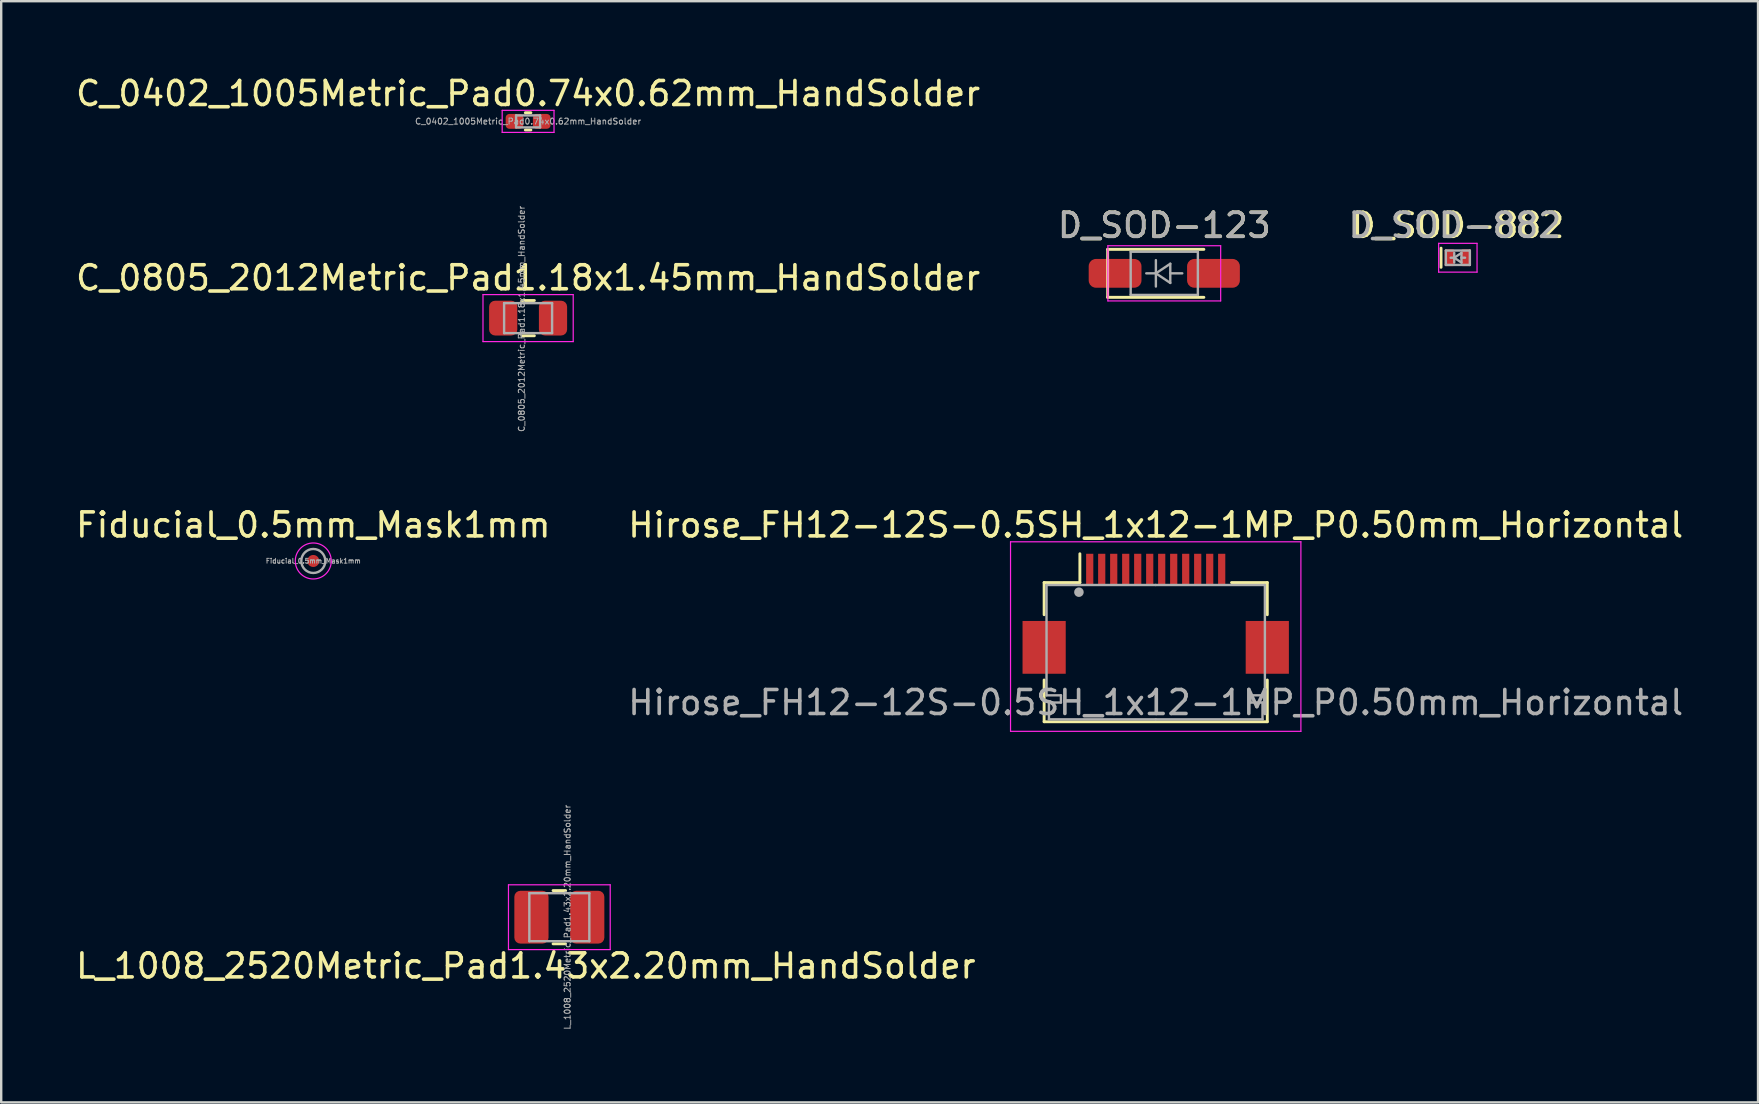
<source format=kicad_pcb>
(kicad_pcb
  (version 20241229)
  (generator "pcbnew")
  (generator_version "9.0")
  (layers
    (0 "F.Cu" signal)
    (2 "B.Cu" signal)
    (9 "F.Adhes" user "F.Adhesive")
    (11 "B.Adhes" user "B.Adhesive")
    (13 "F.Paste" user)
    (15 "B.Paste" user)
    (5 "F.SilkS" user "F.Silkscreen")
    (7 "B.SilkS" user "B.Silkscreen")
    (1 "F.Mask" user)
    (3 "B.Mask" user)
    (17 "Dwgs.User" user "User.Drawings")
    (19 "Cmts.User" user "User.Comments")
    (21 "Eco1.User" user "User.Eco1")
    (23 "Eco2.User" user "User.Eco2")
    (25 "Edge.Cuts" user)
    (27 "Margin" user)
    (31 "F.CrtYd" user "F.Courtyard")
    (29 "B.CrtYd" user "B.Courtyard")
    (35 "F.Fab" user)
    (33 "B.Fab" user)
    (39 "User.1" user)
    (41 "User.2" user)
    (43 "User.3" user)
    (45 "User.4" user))
  (footprint "D_SOD-123"
    (layer "F.Cu")
    (at 45.47 8.341)
    (property "Reference" "D_SOD-123" (at 0 -2 0) (layer "F.SilkS") (effects (font (size 1 1) (thickness 0.15))))
    (attr smd)
    (fp_line (start -2.36 -1) (end -2.36 1) (stroke (width 0.12) (type solid)) (layer "F.SilkS"))
    (fp_line (start -2.36 -1) (end 1.65 -1) (stroke (width 0.12) (type solid)) (layer "F.SilkS"))
    (fp_line (start -2.36 1) (end 1.65 1) (stroke (width 0.12) (type solid)) (layer "F.SilkS"))
    (fp_line (start -2.35 -1.15) (end -2.35 1.15) (stroke (width 0.05) (type solid)) (layer "F.CrtYd"))
    (fp_line (start -2.35 -1.15) (end 2.35 -1.15) (stroke (width 0.05) (type solid)) (layer "F.CrtYd"))
    (fp_line (start 2.35 -1.15) (end 2.35 1.15) (stroke (width 0.05) (type solid)) (layer "F.CrtYd"))
    (fp_line (start 2.35 1.15) (end -2.35 1.15) (stroke (width 0.05) (type solid)) (layer "F.CrtYd"))
    (fp_line (start -1.4 -0.9) (end 1.4 -0.9) (stroke (width 0.1) (type solid)) (layer "F.Fab"))
    (fp_line (start -1.4 0.9) (end -1.4 -0.9) (stroke (width 0.1) (type solid)) (layer "F.Fab"))
    (fp_line (start -0.75 0) (end -0.35 0) (stroke (width 0.1) (type solid)) (layer "F.Fab"))
    (fp_line (start -0.35 0) (end -0.35 -0.55) (stroke (width 0.1) (type solid)) (layer "F.Fab"))
    (fp_line (start -0.35 0) (end -0.35 0.55) (stroke (width 0.1) (type solid)) (layer "F.Fab"))
    (fp_line (start -0.35 0) (end 0.25 -0.4) (stroke (width 0.1) (type solid)) (layer "F.Fab"))
    (fp_line (start 0.25 -0.4) (end 0.25 0.4) (stroke (width 0.1) (type solid)) (layer "F.Fab"))
    (fp_line (start 0.25 0) (end 0.75 0) (stroke (width 0.1) (type solid)) (layer "F.Fab"))
    (fp_line (start 0.25 0.4) (end -0.35 0) (stroke (width 0.1) (type solid)) (layer "F.Fab"))
    (fp_line (start 1.4 -0.9) (end 1.4 0.9) (stroke (width 0.1) (type solid)) (layer "F.Fab"))
    (fp_line (start 1.4 0.9) (end -1.4 0.9) (stroke (width 0.1) (type solid)) (layer "F.Fab"))
    (fp_text user "${REFERENCE}" (at 0 -2 0) (layer "F.Fab") (effects (font (size 1 1) (thickness 0.15))))
    (pad "1" smd roundrect (at -2.05 0) (size 2.2 1.2) (layers "F.Cu" "F.Mask" "F.Paste") (roundrect_rratio 0.25))
    (pad "2" smd roundrect (at 2.05 0) (size 2.2 1.2) (layers "F.Cu" "F.Mask" "F.Paste") (roundrect_rratio 0.25)))
  (footprint "Fiducial_0.5mm_Mask1mm"
    (layer "F.Cu")
    (at 10.006 20.328)
    (property "Reference" "Fiducial_0.5mm_Mask1mm" (at 0 -1.5 180) (layer "F.SilkS") (effects (font (size 1 1) (thickness 0.15))))
    (attr smd exclude_from_bom)
    (fp_circle (center 0 0) (end 0.75 0) (stroke (width 0.05) (type solid)) (fill no) (layer "F.CrtYd"))
    (fp_circle (center 0 0) (end 0.5 0) (stroke (width 0.1) (type solid)) (fill no) (layer "F.Fab"))
    (fp_text user "${REFERENCE}" (at 0 0 180) (layer "F.Fab") (effects (font (size 0.2 0.2) (thickness 0.04))))
    (pad "" smd circle (at 0 0 180) (size 0.5 0.5) (layers "F.Cu" "F.Mask")))
  (footprint "Hirose_FH12-12S-0.5SH_1x12-1MP_P0.50mm_Horizontal"
    (layer "F.Cu")
    (at 45.113 22.528)
    (property "Reference" "Hirose_FH12-12S-0.5SH_1x12-1MP_P0.50mm_Horizontal" (at 0 -3.7 0) (layer "F.SilkS") (effects (font (size 1 1) (thickness 0.15))))
    (attr smd)
    (fp_line (start -4.65 -1.3) (end -4.65 0.04) (stroke (width 0.12) (type solid)) (layer "F.SilkS"))
    (fp_line (start -4.65 2.76) (end -4.65 4.5) (stroke (width 0.12) (type solid)) (layer "F.SilkS"))
    (fp_line (start -4.65 4.5) (end 4.65 4.5) (stroke (width 0.12) (type solid)) (layer "F.SilkS"))
    (fp_line (start -3.16 -1.3) (end -4.65 -1.3) (stroke (width 0.12) (type solid)) (layer "F.SilkS"))
    (fp_line (start -3.16 -1.3) (end -3.16 -2.5) (stroke (width 0.12) (type solid)) (layer "F.SilkS"))
    (fp_line (start 3.16 -1.3) (end 4.65 -1.3) (stroke (width 0.12) (type solid)) (layer "F.SilkS"))
    (fp_line (start 4.65 -1.3) (end 4.65 0.04) (stroke (width 0.12) (type solid)) (layer "F.SilkS"))
    (fp_line (start 4.65 4.5) (end 4.65 2.76) (stroke (width 0.12) (type solid)) (layer "F.SilkS"))
    (fp_line (start -6.05 -3) (end -6.05 4.9) (stroke (width 0.05) (type solid)) (layer "F.CrtYd"))
    (fp_line (start -6.05 4.9) (end 6.05 4.9) (stroke (width 0.05) (type solid)) (layer "F.CrtYd"))
    (fp_line (start 6.05 -3) (end -6.05 -3) (stroke (width 0.05) (type solid)) (layer "F.CrtYd"))
    (fp_line (start 6.05 4.9) (end 6.05 -3) (stroke (width 0.05) (type solid)) (layer "F.CrtYd"))
    (fp_line (start -4.55 -1.2) (end -4.55 3.4) (stroke (width 0.1) (type solid)) (layer "F.Fab"))
    (fp_line (start -4.55 3.4) (end -3.95 3.4) (stroke (width 0.1) (type solid)) (layer "F.Fab"))
    (fp_line (start -4.45 3.7) (end -4.45 4.4) (stroke (width 0.1) (type solid)) (layer "F.Fab"))
    (fp_line (start -4.45 4.4) (end 0 4.4) (stroke (width 0.1) (type solid)) (layer "F.Fab"))
    (fp_line (start -3.95 3.4) (end -3.95 3.7) (stroke (width 0.1) (type solid)) (layer "F.Fab"))
    (fp_line (start -3.95 3.7) (end -4.45 3.7) (stroke (width 0.1) (type solid)) (layer "F.Fab"))
    (fp_line (start 0 -1.2) (end -4.55 -1.2) (stroke (width 0.1) (type solid)) (layer "F.Fab"))
    (fp_line (start 0 -1.2) (end 4.55 -1.2) (stroke (width 0.1) (type solid)) (layer "F.Fab"))
    (fp_line (start 3.95 3.4) (end 3.95 3.7) (stroke (width 0.1) (type solid)) (layer "F.Fab"))
    (fp_line (start 3.95 3.7) (end 4.45 3.7) (stroke (width 0.1) (type solid)) (layer "F.Fab"))
    (fp_line (start 4.45 3.7) (end 4.45 4.4) (stroke (width 0.1) (type solid)) (layer "F.Fab"))
    (fp_line (start 4.45 4.4) (end 0 4.4) (stroke (width 0.1) (type solid)) (layer "F.Fab"))
    (fp_line (start 4.55 -1.2) (end 4.55 3.4) (stroke (width 0.1) (type solid)) (layer "F.Fab"))
    (fp_line (start 4.55 3.4) (end 3.95 3.4) (stroke (width 0.1) (type solid)) (layer "F.Fab"))
    (fp_circle (center -3.2 -0.9) (end -3.1 -0.9) (stroke (width 0.2) (type solid)) (fill no) (layer "F.Fab"))
    (fp_text user "${REFERENCE}" (at 0 3.7 0) (layer "F.Fab") (effects (font (size 1 1) (thickness 0.15))))
    (pad "1" smd rect (at -2.75 -1.85) (size 0.3 1.3) (layers "F.Cu" "F.Mask" "F.Paste"))
    (pad "2" smd rect (at -2.25 -1.85) (size 0.3 1.3) (layers "F.Cu" "F.Mask" "F.Paste"))
    (pad "3" smd rect (at -1.75 -1.85) (size 0.3 1.3) (layers "F.Cu" "F.Mask" "F.Paste"))
    (pad "4" smd rect (at -1.25 -1.85) (size 0.3 1.3) (layers "F.Cu" "F.Mask" "F.Paste"))
    (pad "5" smd rect (at -0.75 -1.85) (size 0.3 1.3) (layers "F.Cu" "F.Mask" "F.Paste"))
    (pad "6" smd rect (at -0.25 -1.85) (size 0.3 1.3) (layers "F.Cu" "F.Mask" "F.Paste"))
    (pad "7" smd rect (at 0.25 -1.85) (size 0.3 1.3) (layers "F.Cu" "F.Mask" "F.Paste"))
    (pad "8" smd rect (at 0.75 -1.85) (size 0.3 1.3) (layers "F.Cu" "F.Mask" "F.Paste"))
    (pad "9" smd rect (at 1.25 -1.85) (size 0.3 1.3) (layers "F.Cu" "F.Mask" "F.Paste"))
    (pad "10" smd rect (at 1.75 -1.85) (size 0.3 1.3) (layers "F.Cu" "F.Mask" "F.Paste"))
    (pad "11" smd rect (at 2.25 -1.85) (size 0.3 1.3) (layers "F.Cu" "F.Mask" "F.Paste"))
    (pad "12" smd rect (at 2.75 -1.85) (size 0.3 1.3) (layers "F.Cu" "F.Mask" "F.Paste"))
    (pad "MP" smd rect (at -4.65 1.4) (size 1.8 2.2) (layers "F.Cu" "F.Mask" "F.Paste"))
    (pad "MP" smd rect (at 4.65 1.4) (size 1.8 2.2) (layers "F.Cu" "F.Mask" "F.Paste")))
  (footprint "C_0805_2012Metric_Pad1.18x1.45mm_HandSolder"
    (layer "F.Cu")
    (at 18.958 10.207)
    (property "Reference" "C_0805_2012Metric_Pad1.18x1.45mm_HandSolder" (at 0 -1.68 0) (layer "F.SilkS") (effects (font (size 1 1) (thickness 0.15))))
    (attr smd dnp)
    (fp_line (start -0.261 -0.735) (end 0.261 -0.735) (stroke (width 0.12) (type solid)) (layer "F.SilkS"))
    (fp_line (start -0.261 0.735) (end 0.261 0.735) (stroke (width 0.12) (type solid)) (layer "F.SilkS"))
    (fp_line (start -1.88 -0.98) (end 1.88 -0.98) (stroke (width 0.05) (type solid)) (layer "F.CrtYd"))
    (fp_line (start -1.88 0.98) (end -1.88 -0.98) (stroke (width 0.05) (type solid)) (layer "F.CrtYd"))
    (fp_line (start 1.88 -0.98) (end 1.88 0.98) (stroke (width 0.05) (type solid)) (layer "F.CrtYd"))
    (fp_line (start 1.88 0.98) (end -1.88 0.98) (stroke (width 0.05) (type solid)) (layer "F.CrtYd"))
    (fp_line (start -1 -0.625) (end 1 -0.625) (stroke (width 0.1) (type solid)) (layer "F.Fab"))
    (fp_line (start -1 0.625) (end -1 -0.625) (stroke (width 0.1) (type solid)) (layer "F.Fab"))
    (fp_line (start 1 -0.625) (end 1 0.625) (stroke (width 0.1) (type solid)) (layer "F.Fab"))
    (fp_line (start 1 0.625) (end -1 0.625) (stroke (width 0.1) (type solid)) (layer "F.Fab"))
    (fp_text user "${REFERENCE}" (at -0.271 0.03 90) (layer "F.Fab") (effects (font (size 0.25 0.25) (thickness 0.04))))
    (pad "1" smd roundrect (at -1.038 0) (size 1.175 1.45) (layers "F.Cu" "F.Mask" "F.Paste") (roundrect_rratio 0.213))
    (pad "2" smd roundrect (at 1.038 0) (size 1.175 1.45) (layers "F.Cu" "F.Mask" "F.Paste") (roundrect_rratio 0.213)))
  (footprint "L_1008_2520Metric_Pad1.43x2.20mm_HandSolder"
    (layer "F.Cu")
    (at 20.26 35.173)
    (property "Reference" "L_1008_2520Metric_Pad1.43x2.20mm_HandSolder" (at -1.397 2.032 0) (layer "F.SilkS") (effects (font (size 1 1) (thickness 0.15))))
    (attr smd)
    (fp_line (start -0.261 -1.11) (end 0.261 -1.11) (stroke (width 0.12) (type solid)) (layer "F.SilkS"))
    (fp_line (start -0.261 1.11) (end 0.261 1.11) (stroke (width 0.12) (type solid)) (layer "F.SilkS"))
    (fp_line (start -2.12 -1.35) (end 2.12 -1.35) (stroke (width 0.05) (type solid)) (layer "F.CrtYd"))
    (fp_line (start -2.12 1.35) (end -2.12 -1.35) (stroke (width 0.05) (type solid)) (layer "F.CrtYd"))
    (fp_line (start 2.12 -1.35) (end 2.12 1.35) (stroke (width 0.05) (type solid)) (layer "F.CrtYd"))
    (fp_line (start 2.12 1.35) (end -2.12 1.35) (stroke (width 0.05) (type solid)) (layer "F.CrtYd"))
    (fp_line (start -1.25 -1) (end 1.25 -1) (stroke (width 0.1) (type solid)) (layer "F.Fab"))
    (fp_line (start -1.25 1) (end -1.25 -1) (stroke (width 0.1) (type solid)) (layer "F.Fab"))
    (fp_line (start 1.25 -1) (end 1.25 1) (stroke (width 0.1) (type solid)) (layer "F.Fab"))
    (fp_line (start 1.25 1) (end -1.25 1) (stroke (width 0.1) (type solid)) (layer "F.Fab"))
    (fp_text user "${REFERENCE}" (at 0.336 0 90) (layer "F.Fab") (effects (font (size 0.25 0.25) (thickness 0.04))))
    (pad "1" smd roundrect (at -1.163 0) (size 1.425 2.2) (layers "F.Cu" "F.Mask" "F.Paste") (roundrect_rratio 0.175))
    (pad "2" smd roundrect (at 1.163 0) (size 1.425 2.2) (layers "F.Cu" "F.Mask" "F.Paste") (roundrect_rratio 0.175)))
  (footprint "D_SOD-882"
    (layer "F.Cu")
    (at 57.704 7.691)
    (property "Reference" "D_SOD-882" (at 0 -1.35 0) (layer "F.SilkS") (effects (font (size 1 1) (thickness 0.15))))
    (attr smd)
    (fp_line (start -0.7 -0.4) (end -0.7 0.4) (stroke (width 0.12) (type solid)) (layer "F.SilkS"))
    (fp_line (start -0.8 -0.6) (end -0.8 0.6) (stroke (width 0.05) (type solid)) (layer "F.CrtYd"))
    (fp_line (start -0.8 -0.6) (end 0.8 -0.6) (stroke (width 0.05) (type solid)) (layer "F.CrtYd"))
    (fp_line (start 0.8 -0.6) (end 0.8 0.6) (stroke (width 0.05) (type solid)) (layer "F.CrtYd"))
    (fp_line (start 0.8 0.6) (end -0.8 0.6) (stroke (width 0.05) (type solid)) (layer "F.CrtYd"))
    (fp_line (start -0.5 -0.3) (end 0.5 -0.3) (stroke (width 0.1) (type solid)) (layer "F.Fab"))
    (fp_line (start -0.5 0.3) (end -0.5 -0.3) (stroke (width 0.1) (type solid)) (layer "F.Fab"))
    (fp_line (start -0.15 0) (end -0.3 0) (stroke (width 0.1) (type solid)) (layer "F.Fab"))
    (fp_line (start -0.15 0) (end 0.15 0.2) (stroke (width 0.1) (type solid)) (layer "F.Fab"))
    (fp_line (start -0.15 0.2) (end -0.15 -0.2) (stroke (width 0.1) (type solid)) (layer "F.Fab"))
    (fp_line (start 0.15 -0.2) (end -0.15 0) (stroke (width 0.1) (type solid)) (layer "F.Fab"))
    (fp_line (start 0.15 0) (end 0.3 0) (stroke (width 0.1) (type solid)) (layer "F.Fab"))
    (fp_line (start 0.15 0.2) (end 0.15 -0.2) (stroke (width 0.1) (type solid)) (layer "F.Fab"))
    (fp_line (start 0.5 -0.3) (end 0.5 0.3) (stroke (width 0.1) (type solid)) (layer "F.Fab"))
    (fp_line (start 0.5 0.3) (end -0.5 0.3) (stroke (width 0.1) (type solid)) (layer "F.Fab"))
    (fp_text user "${REFERENCE}" (at -0.127 -1.35 0) (layer "F.Fab") (effects (font (size 1 1) (thickness 0.15))))
    (pad "" smd roundrect (at -0.35 0) (size 0.3 0.6) (layers "F.Paste") (roundrect_rratio 0.167))
    (pad "" smd roundrect (at 0.35 0) (size 0.3 0.6) (layers "F.Paste") (roundrect_rratio 0.167))
    (pad "1" smd roundrect (at -0.35 0) (size 0.4 0.7) (layers "F.Cu" "F.Mask") (roundrect_rratio 0.125))
    (pad "2" smd roundrect (at 0.35 0) (size 0.4 0.7) (layers "F.Cu" "F.Mask") (roundrect_rratio 0.125)))
  (footprint "C_0402_1005Metric_Pad0.74x0.62mm_HandSolder"
    (layer "F.Cu")
    (at 18.958 2.008)
    (property "Reference" "C_0402_1005Metric_Pad0.74x0.62mm_HandSolder" (at 0 -1.16 180) (layer "F.SilkS") (effects (font (size 1 1) (thickness 0.15))))
    (attr smd)
    (fp_line (start -0.116 -0.36) (end 0.116 -0.36) (stroke (width 0.12) (type solid)) (layer "F.SilkS"))
    (fp_line (start -0.116 0.36) (end 0.116 0.36) (stroke (width 0.12) (type solid)) (layer "F.SilkS"))
    (fp_line (start -1.08 -0.46) (end 1.08 -0.46) (stroke (width 0.05) (type solid)) (layer "F.CrtYd"))
    (fp_line (start -1.08 0.46) (end -1.08 -0.46) (stroke (width 0.05) (type solid)) (layer "F.CrtYd"))
    (fp_line (start 1.08 -0.46) (end 1.08 0.46) (stroke (width 0.05) (type solid)) (layer "F.CrtYd"))
    (fp_line (start 1.08 0.46) (end -1.08 0.46) (stroke (width 0.05) (type solid)) (layer "F.CrtYd"))
    (fp_line (start -0.5 -0.25) (end 0.5 -0.25) (stroke (width 0.1) (type solid)) (layer "F.Fab"))
    (fp_line (start -0.5 0.25) (end -0.5 -0.25) (stroke (width 0.1) (type solid)) (layer "F.Fab"))
    (fp_line (start 0.5 -0.25) (end 0.5 0.25) (stroke (width 0.1) (type solid)) (layer "F.Fab"))
    (fp_line (start 0.5 0.25) (end -0.5 0.25) (stroke (width 0.1) (type solid)) (layer "F.Fab"))
    (fp_text user "${REFERENCE}" (at 0 0 180) (layer "F.Fab") (effects (font (size 0.25 0.25) (thickness 0.04))))
    (pad "1" smd roundrect (at -0.568 0 180) (size 0.735 0.62) (layers "F.Cu" "F.Mask" "F.Paste") (roundrect_rratio 0.25))
    (pad "2" smd roundrect (at 0.568 0 180) (size 0.735 0.62) (layers "F.Cu" "F.Mask" "F.Paste") (roundrect_rratio 0.25)))
  (gr_rect
    (start -3 -3)
    (end 70.214 42.892)
    (stroke (width 0.1) (type default))
    (fill no)
    (layer "Edge.Cuts")))
</source>
